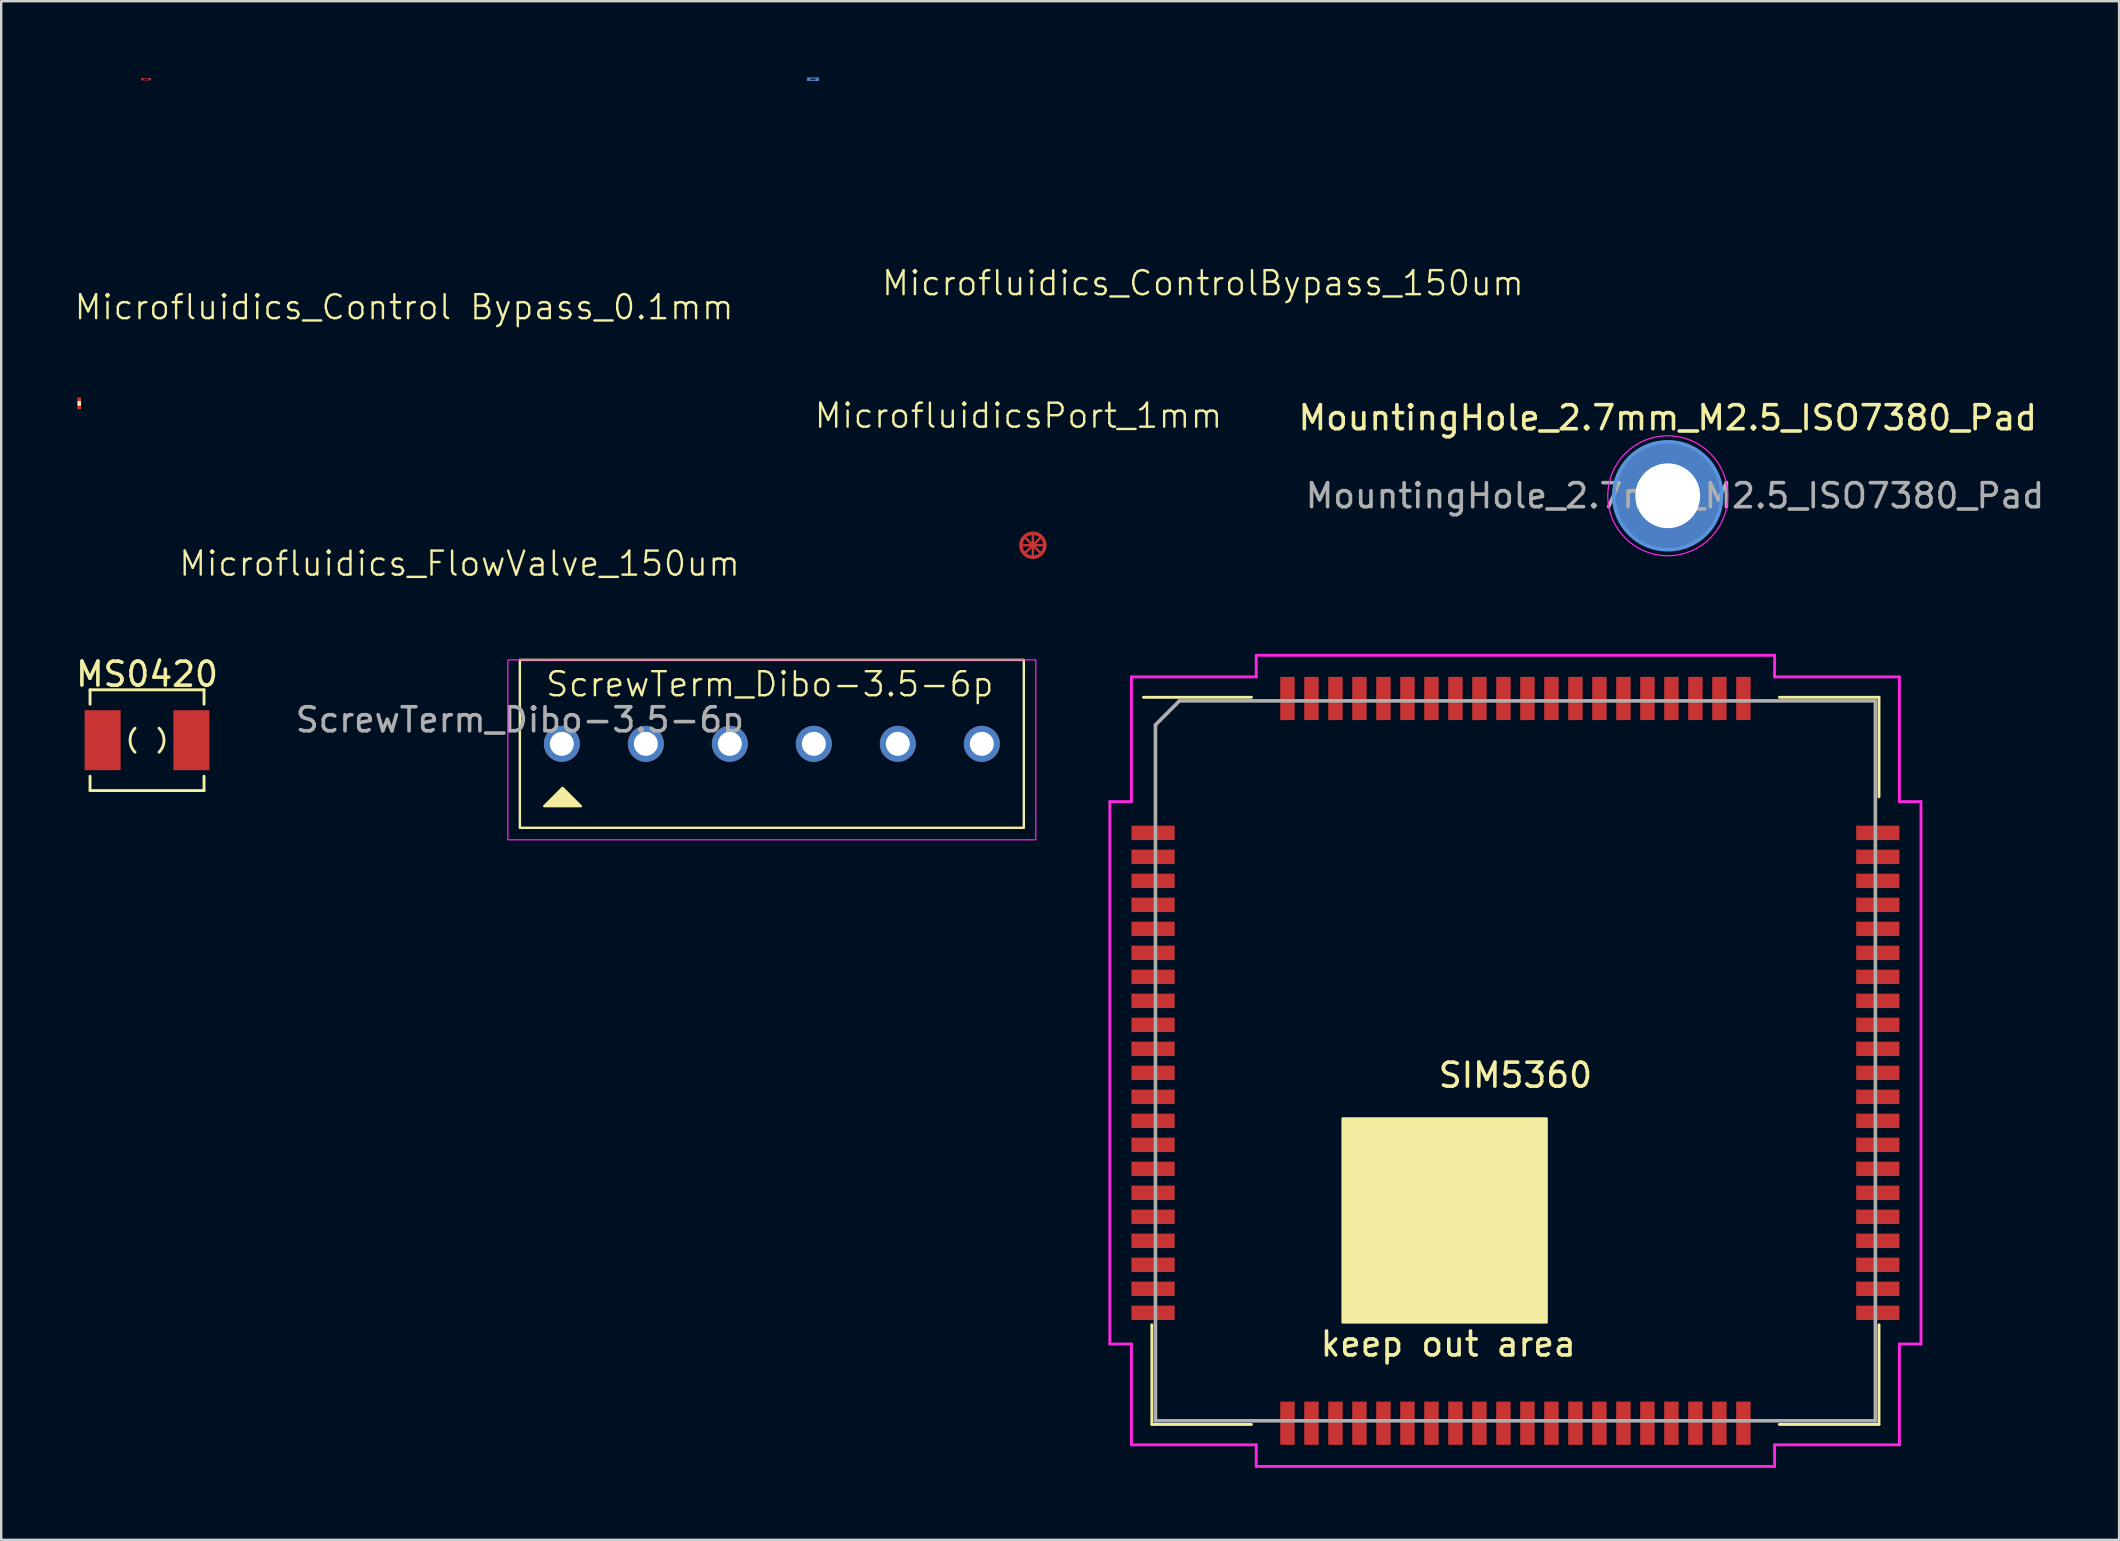
<source format=kicad_pcb>
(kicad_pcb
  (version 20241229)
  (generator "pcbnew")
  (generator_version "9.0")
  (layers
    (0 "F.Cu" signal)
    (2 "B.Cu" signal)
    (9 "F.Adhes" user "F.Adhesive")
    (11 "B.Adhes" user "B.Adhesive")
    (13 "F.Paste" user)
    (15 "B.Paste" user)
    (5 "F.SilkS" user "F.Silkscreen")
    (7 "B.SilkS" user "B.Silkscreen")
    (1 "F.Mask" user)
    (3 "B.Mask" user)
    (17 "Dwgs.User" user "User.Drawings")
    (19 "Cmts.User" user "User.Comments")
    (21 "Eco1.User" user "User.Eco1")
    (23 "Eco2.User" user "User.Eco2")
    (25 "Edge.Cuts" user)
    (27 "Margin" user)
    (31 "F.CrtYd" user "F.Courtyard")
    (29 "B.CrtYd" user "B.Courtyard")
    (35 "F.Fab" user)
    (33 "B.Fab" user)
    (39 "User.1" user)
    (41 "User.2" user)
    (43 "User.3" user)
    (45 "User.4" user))
  (footprint "MicrofluidicsPort_1mm"
    (layer "F.Cu")
    (at 39.99 19.671)
    (property "Reference" "MicrofluidicsPort_1mm" (at -0.6 -5.4 0) (unlocked yes) (layer "F.SilkS") (effects (font (size 1 1) (thickness 0.1))))
    (attr smd)
    (pad "1" smd custom (at 0 0) (size 0.1 0.1) (layers "F.Cu") (options (anchor circle)) (primitives (gr_line (start -0.3 -0.3) (end 0.3 0.3) (width 0.1)) (gr_line (start -0.3 0.3) (end 0.3 -0.3) (width 0.1)) (gr_line (start 0 -0.5) (end 0 0.5) (width 0.1)) (gr_line (start -0.5 0) (end 0.5 0) (width 0.1)) (gr_circle (center 0 0) (end 0.5 0) (width 0.15) (fill no)))))
  (footprint "Microfluidics_Control Bypass_0.1mm"
    (layer "F.Cu")
    (at 3.038 0.25)
    (property "Reference" "Microfluidics_Control Bypass_0.1mm" (at 10.75 9.5 0) (unlocked yes) (layer "F.SilkS") (effects (font (size 1 1) (thickness 0.1))))
    (attr smd)
    (fp_line (start -0.1 -0.037) (end 0.1 -0.037) (stroke (width 0.025) (type default)) (layer "F.Cu"))
    (fp_line (start -0.1 0.037) (end 0.1 0.037) (stroke (width 0.025) (type default)) (layer "F.Cu"))
    (pad "1" smd rect (at -0.15 0) (size 0.1 0.1) (layers "F.Cu" "F.Mask" "F.Paste"))
    (pad "2" smd rect (at 0.15 0) (size 0.1 0.1) (layers "F.Cu" "F.Mask" "F.Paste")))
  (footprint "SIM5360"
    (layer "F.Cu")
    (at 60.098 41.156)
    (property "Reference" "SIM5360" (at 0 0.6 0) (layer "F.SilkS") (effects (font (size 1 1) (thickness 0.15))))
    (attr smd)
    (fp_line (start -15.15 15.15) (end -15.15 11) (stroke (width 0.12) (type solid)) (layer "F.SilkS"))
    (fp_line (start -11 -15.15) (end -15.5 -15.15) (stroke (width 0.12) (type solid)) (layer "F.SilkS"))
    (fp_line (start -11 15.15) (end -15.15 15.15) (stroke (width 0.12) (type solid)) (layer "F.SilkS"))
    (fp_line (start 11 -15.15) (end 15.15 -15.15) (stroke (width 0.12) (type solid)) (layer "F.SilkS"))
    (fp_line (start 11 15.15) (end 15.15 15.15) (stroke (width 0.12) (type solid)) (layer "F.SilkS"))
    (fp_line (start 15.15 -15.15) (end 15.15 -11) (stroke (width 0.12) (type solid)) (layer "F.SilkS"))
    (fp_line (start 15.15 15.15) (end 15.15 11) (stroke (width 0.12) (type solid)) (layer "F.SilkS"))
    (fp_poly (pts (xy 1.3 10.9) (xy -7.2 10.9) (xy -7.2 2.4) (xy 1.3 2.4)) (stroke (width 0.1) (type solid)) (fill yes) (layer "F.SilkS"))
    (fp_line (start -16.9 -10.8) (end -16.9 11.8) (stroke (width 0.12) (type solid)) (layer "F.CrtYd"))
    (fp_line (start -16.9 11.8) (end -16 11.8) (stroke (width 0.12) (type solid)) (layer "F.CrtYd"))
    (fp_line (start -16 -16) (end -16 -10.8) (stroke (width 0.12) (type solid)) (layer "F.CrtYd"))
    (fp_line (start -16 -10.8) (end -16.9 -10.8) (stroke (width 0.12) (type solid)) (layer "F.CrtYd"))
    (fp_line (start -16 11.8) (end -16 16) (stroke (width 0.12) (type solid)) (layer "F.CrtYd"))
    (fp_line (start -16 16) (end -10.8 16) (stroke (width 0.12) (type solid)) (layer "F.CrtYd"))
    (fp_line (start -10.8 -16.9) (end -10.8 -16) (stroke (width 0.12) (type solid)) (layer "F.CrtYd"))
    (fp_line (start -10.8 -16) (end -16 -16) (stroke (width 0.12) (type solid)) (layer "F.CrtYd"))
    (fp_line (start -10.8 16) (end -10.8 16.9) (stroke (width 0.12) (type solid)) (layer "F.CrtYd"))
    (fp_line (start -10.8 16.9) (end 10.8 16.9) (stroke (width 0.12) (type solid)) (layer "F.CrtYd"))
    (fp_line (start 10.8 -16.9) (end -10.8 -16.9) (stroke (width 0.12) (type solid)) (layer "F.CrtYd"))
    (fp_line (start 10.8 -16) (end 10.8 -16.9) (stroke (width 0.12) (type solid)) (layer "F.CrtYd"))
    (fp_line (start 10.8 16) (end 16 16) (stroke (width 0.12) (type solid)) (layer "F.CrtYd"))
    (fp_line (start 10.8 16.9) (end 10.8 16) (stroke (width 0.12) (type solid)) (layer "F.CrtYd"))
    (fp_line (start 16 -16) (end 10.8 -16) (stroke (width 0.12) (type solid)) (layer "F.CrtYd"))
    (fp_line (start 16 -10.8) (end 16 -16) (stroke (width 0.12) (type solid)) (layer "F.CrtYd"))
    (fp_line (start 16 11.8) (end 16.9 11.8) (stroke (width 0.12) (type solid)) (layer "F.CrtYd"))
    (fp_line (start 16 16) (end 16 11.8) (stroke (width 0.12) (type solid)) (layer "F.CrtYd"))
    (fp_line (start 16.9 -10.8) (end 16 -10.8) (stroke (width 0.12) (type solid)) (layer "F.CrtYd"))
    (fp_line (start 16.9 11.8) (end 16.9 -10.8) (stroke (width 0.12) (type solid)) (layer "F.CrtYd"))
    (fp_line (start -15 -14) (end -15 15) (stroke (width 0.15) (type solid)) (layer "F.Fab"))
    (fp_line (start -15 15) (end 15 15) (stroke (width 0.15) (type solid)) (layer "F.Fab"))
    (fp_line (start -14 -15) (end -15 -14) (stroke (width 0.15) (type solid)) (layer "F.Fab"))
    (fp_line (start 15 -15) (end -14 -15) (stroke (width 0.15) (type solid)) (layer "F.Fab"))
    (fp_line (start 15 15) (end 15 -15) (stroke (width 0.15) (type solid)) (layer "F.Fab"))
    (fp_text user "keep out area" (at -2.8 11.8 0) (layer "F.SilkS") (effects (font (size 1 1) (thickness 0.15))))
    (pad "1" smd rect (at -15.1 -9.5 90) (size 0.6 1.8) (layers "F.Cu" "F.Mask" "F.Paste"))
    (pad "2" smd rect (at -15.1 -8.5 90) (size 0.6 1.8) (layers "F.Cu" "F.Mask" "F.Paste"))
    (pad "3" smd rect (at -15.1 -7.5 90) (size 0.6 1.8) (layers "F.Cu" "F.Mask" "F.Paste"))
    (pad "4" smd rect (at -15.1 -6.5 90) (size 0.6 1.8) (layers "F.Cu" "F.Mask" "F.Paste"))
    (pad "5" smd rect (at -15.1 -5.5 90) (size 0.6 1.8) (layers "F.Cu" "F.Mask" "F.Paste"))
    (pad "6" smd rect (at -15.1 -4.5 90) (size 0.6 1.8) (layers "F.Cu" "F.Mask" "F.Paste"))
    (pad "7" smd rect (at -15.1 -3.5 90) (size 0.6 1.8) (layers "F.Cu" "F.Mask" "F.Paste"))
    (pad "8" smd rect (at -15.1 -2.5 90) (size 0.6 1.8) (layers "F.Cu" "F.Mask" "F.Paste"))
    (pad "9" smd rect (at -15.1 -1.5 90) (size 0.6 1.8) (layers "F.Cu" "F.Mask" "F.Paste"))
    (pad "10" smd rect (at -15.1 -0.5 90) (size 0.6 1.8) (layers "F.Cu" "F.Mask" "F.Paste"))
    (pad "11" smd rect (at -15.1 0.5 90) (size 0.6 1.8) (layers "F.Cu" "F.Mask" "F.Paste"))
    (pad "12" smd rect (at -15.1 1.5 90) (size 0.6 1.8) (layers "F.Cu" "F.Mask" "F.Paste"))
    (pad "13" smd rect (at -15.1 2.5 90) (size 0.6 1.8) (layers "F.Cu" "F.Mask" "F.Paste"))
    (pad "14" smd rect (at -15.1 3.5 90) (size 0.6 1.8) (layers "F.Cu" "F.Mask" "F.Paste"))
    (pad "15" smd rect (at -15.1 4.5 90) (size 0.6 1.8) (layers "F.Cu" "F.Mask" "F.Paste"))
    (pad "16" smd rect (at -15.1 5.5 90) (size 0.6 1.8) (layers "F.Cu" "F.Mask" "F.Paste"))
    (pad "17" smd rect (at -15.1 6.5 90) (size 0.6 1.8) (layers "F.Cu" "F.Mask" "F.Paste"))
    (pad "18" smd rect (at -15.1 7.5 90) (size 0.6 1.8) (layers "F.Cu" "F.Mask" "F.Paste"))
    (pad "19" smd rect (at -15.1 8.5 90) (size 0.6 1.8) (layers "F.Cu" "F.Mask" "F.Paste"))
    (pad "20" smd rect (at -15.1 9.5 90) (size 0.6 1.8) (layers "F.Cu" "F.Mask" "F.Paste"))
    (pad "21" smd rect (at -9.5 15.1 180) (size 0.6 1.8) (layers "F.Cu" "F.Mask" "F.Paste"))
    (pad "22" smd rect (at -8.5 15.1 180) (size 0.6 1.8) (layers "F.Cu" "F.Mask" "F.Paste"))
    (pad "23" smd rect (at -7.5 15.1 180) (size 0.6 1.8) (layers "F.Cu" "F.Mask" "F.Paste"))
    (pad "24" smd rect (at -6.5 15.1 180) (size 0.6 1.8) (layers "F.Cu" "F.Mask" "F.Paste"))
    (pad "25" smd rect (at -5.5 15.1 180) (size 0.6 1.8) (layers "F.Cu" "F.Mask" "F.Paste"))
    (pad "26" smd rect (at -4.5 15.1 180) (size 0.6 1.8) (layers "F.Cu" "F.Mask" "F.Paste"))
    (pad "27" smd rect (at -3.5 15.1 180) (size 0.6 1.8) (layers "F.Cu" "F.Mask" "F.Paste"))
    (pad "28" smd rect (at -2.5 15.1 180) (size 0.6 1.8) (layers "F.Cu" "F.Mask" "F.Paste"))
    (pad "29" smd rect (at -1.5 15.1 180) (size 0.6 1.8) (layers "F.Cu" "F.Mask" "F.Paste"))
    (pad "30" smd rect (at -0.5 15.1 180) (size 0.6 1.8) (layers "F.Cu" "F.Mask" "F.Paste"))
    (pad "31" smd rect (at 0.5 15.1 180) (size 0.6 1.8) (layers "F.Cu" "F.Mask" "F.Paste"))
    (pad "32" smd rect (at 1.5 15.1 180) (size 0.6 1.8) (layers "F.Cu" "F.Mask" "F.Paste"))
    (pad "33" smd rect (at 2.5 15.1 180) (size 0.6 1.8) (layers "F.Cu" "F.Mask" "F.Paste"))
    (pad "34" smd rect (at 3.5 15.1 180) (size 0.6 1.8) (layers "F.Cu" "F.Mask" "F.Paste"))
    (pad "35" smd rect (at 4.5 15.1 180) (size 0.6 1.8) (layers "F.Cu" "F.Mask" "F.Paste"))
    (pad "36" smd rect (at 5.5 15.1 180) (size 0.6 1.8) (layers "F.Cu" "F.Mask" "F.Paste"))
    (pad "37" smd rect (at 6.5 15.1 180) (size 0.6 1.8) (layers "F.Cu" "F.Mask" "F.Paste"))
    (pad "38" smd rect (at 7.5 15.1 180) (size 0.6 1.8) (layers "F.Cu" "F.Mask" "F.Paste"))
    (pad "39" smd rect (at 8.5 15.1 180) (size 0.6 1.8) (layers "F.Cu" "F.Mask" "F.Paste"))
    (pad "40" smd rect (at 9.5 15.1 180) (size 0.6 1.8) (layers "F.Cu" "F.Mask" "F.Paste"))
    (pad "41" smd rect (at 15.1 9.5 90) (size 0.6 1.8) (layers "F.Cu" "F.Mask" "F.Paste"))
    (pad "42" smd rect (at 15.1 8.5 90) (size 0.6 1.8) (layers "F.Cu" "F.Mask" "F.Paste"))
    (pad "43" smd rect (at 15.1 7.5 90) (size 0.6 1.8) (layers "F.Cu" "F.Mask" "F.Paste"))
    (pad "44" smd rect (at 15.1 6.5 90) (size 0.6 1.8) (layers "F.Cu" "F.Mask" "F.Paste"))
    (pad "45" smd rect (at 15.1 5.5 90) (size 0.6 1.8) (layers "F.Cu" "F.Mask" "F.Paste"))
    (pad "46" smd rect (at 15.1 4.5 90) (size 0.6 1.8) (layers "F.Cu" "F.Mask" "F.Paste"))
    (pad "47" smd rect (at 15.1 3.5 90) (size 0.6 1.8) (layers "F.Cu" "F.Mask" "F.Paste"))
    (pad "48" smd rect (at 15.1 2.5 90) (size 0.6 1.8) (layers "F.Cu" "F.Mask" "F.Paste"))
    (pad "49" smd rect (at 15.1 1.5 90) (size 0.6 1.8) (layers "F.Cu" "F.Mask" "F.Paste"))
    (pad "50" smd rect (at 15.1 0.5 90) (size 0.6 1.8) (layers "F.Cu" "F.Mask" "F.Paste"))
    (pad "51" smd rect (at 15.1 -0.5 90) (size 0.6 1.8) (layers "F.Cu" "F.Mask" "F.Paste"))
    (pad "52" smd rect (at 15.1 -1.5 90) (size 0.6 1.8) (layers "F.Cu" "F.Mask" "F.Paste"))
    (pad "53" smd rect (at 15.1 -2.5 90) (size 0.6 1.8) (layers "F.Cu" "F.Mask" "F.Paste"))
    (pad "54" smd rect (at 15.1 -3.5 90) (size 0.6 1.8) (layers "F.Cu" "F.Mask" "F.Paste"))
    (pad "55" smd rect (at 15.1 -4.5 90) (size 0.6 1.8) (layers "F.Cu" "F.Mask" "F.Paste"))
    (pad "56" smd rect (at 15.1 -5.5 90) (size 0.6 1.8) (layers "F.Cu" "F.Mask" "F.Paste"))
    (pad "57" smd rect (at 15.1 -6.5 90) (size 0.6 1.8) (layers "F.Cu" "F.Mask" "F.Paste"))
    (pad "58" smd rect (at 15.1 -7.5 90) (size 0.6 1.8) (layers "F.Cu" "F.Mask" "F.Paste"))
    (pad "59" smd rect (at 15.1 -8.5 90) (size 0.6 1.8) (layers "F.Cu" "F.Mask" "F.Paste"))
    (pad "60" smd rect (at 15.1 -9.5 90) (size 0.6 1.8) (layers "F.Cu" "F.Mask" "F.Paste"))
    (pad "61" smd rect (at 9.5 -15.1 180) (size 0.6 1.8) (layers "F.Cu" "F.Mask" "F.Paste"))
    (pad "62" smd rect (at 8.5 -15.1 180) (size 0.6 1.8) (layers "F.Cu" "F.Mask" "F.Paste"))
    (pad "63" smd rect (at 7.5 -15.1 180) (size 0.6 1.8) (layers "F.Cu" "F.Mask" "F.Paste"))
    (pad "64" smd rect (at 6.5 -15.1 180) (size 0.6 1.8) (layers "F.Cu" "F.Mask" "F.Paste"))
    (pad "65" smd rect (at 5.5 -15.1 180) (size 0.6 1.8) (layers "F.Cu" "F.Mask" "F.Paste"))
    (pad "66" smd rect (at 4.5 -15.1 180) (size 0.6 1.8) (layers "F.Cu" "F.Mask" "F.Paste"))
    (pad "67" smd rect (at 3.5 -15.1 180) (size 0.6 1.8) (layers "F.Cu" "F.Mask" "F.Paste"))
    (pad "68" smd rect (at 2.5 -15.1 180) (size 0.6 1.8) (layers "F.Cu" "F.Mask" "F.Paste"))
    (pad "69" smd rect (at 1.5 -15.1 180) (size 0.6 1.8) (layers "F.Cu" "F.Mask" "F.Paste"))
    (pad "70" smd rect (at 0.5 -15.1 180) (size 0.6 1.8) (layers "F.Cu" "F.Mask" "F.Paste"))
    (pad "71" smd rect (at -0.5 -15.1 180) (size 0.6 1.8) (layers "F.Cu" "F.Mask" "F.Paste"))
    (pad "72" smd rect (at -1.5 -15.1 180) (size 0.6 1.8) (layers "F.Cu" "F.Mask" "F.Paste"))
    (pad "73" smd rect (at -2.5 -15.1 180) (size 0.6 1.8) (layers "F.Cu" "F.Mask" "F.Paste"))
    (pad "74" smd rect (at -3.5 -15.1 180) (size 0.6 1.8) (layers "F.Cu" "F.Mask" "F.Paste"))
    (pad "75" smd rect (at -4.5 -15.1 180) (size 0.6 1.8) (layers "F.Cu" "F.Mask" "F.Paste"))
    (pad "76" smd rect (at -5.5 -15.1 180) (size 0.6 1.8) (layers "F.Cu" "F.Mask" "F.Paste"))
    (pad "77" smd rect (at -6.5 -15.1 180) (size 0.6 1.8) (layers "F.Cu" "F.Mask" "F.Paste"))
    (pad "78" smd rect (at -7.5 -15.1 180) (size 0.6 1.8) (layers "F.Cu" "F.Mask" "F.Paste"))
    (pad "79" smd rect (at -8.5 -15.1 180) (size 0.6 1.8) (layers "F.Cu" "F.Mask" "F.Paste"))
    (pad "80" smd rect (at -9.5 -15.1 180) (size 0.6 1.8) (layers "F.Cu" "F.Mask" "F.Paste"))
    (pad "81" smd rect (at -15.1 10.5 90) (size 0.6 1.8) (layers "F.Cu" "F.Mask" "F.Paste"))
    (pad "82" smd rect (at 15.1 10.5 90) (size 0.6 1.8) (layers "F.Cu" "F.Mask" "F.Paste")))
  (footprint "MS0420"
    (layer "F.Cu")
    (at 3.077 27.794)
    (property "Reference" "MS0420" (at 0 -2.75 0) (layer "F.SilkS") (effects (font (size 1 1) (thickness 0.15))))
    (attr through_hole)
    (fp_line (start -2.375 -2.1) (end -2.375 -1.5) (stroke (width 0.12) (type solid)) (layer "F.SilkS"))
    (fp_line (start -2.375 -2.1) (end 2.375 -2.1) (stroke (width 0.12) (type solid)) (layer "F.SilkS"))
    (fp_line (start -2.375 2.1) (end -2.375 1.5) (stroke (width 0.12) (type solid)) (layer "F.SilkS"))
    (fp_line (start -2.375 2.1) (end 2.375 2.1) (stroke (width 0.12) (type solid)) (layer "F.SilkS"))
    (fp_line (start 2.375 -2.1) (end 2.375 -1.5) (stroke (width 0.12) (type solid)) (layer "F.SilkS"))
    (fp_line (start 2.375 2.1) (end 2.375 1.5) (stroke (width 0.12) (type solid)) (layer "F.SilkS"))
    (fp_arc (start -0.499999 0.499999) (mid -0.707105 0) (end -0.499999 -0.499999) (stroke (width 0.12) (type solid)) (layer "F.SilkS"))
    (fp_arc (start 0.499999 -0.499999) (mid 0.707105 0) (end 0.499999 0.499999) (stroke (width 0.12) (type solid)) (layer "F.SilkS"))
    (pad "1" smd rect (at -1.85 0) (size 1.5 2.5) (layers "F.Cu" "F.Mask" "F.Paste"))
    (pad "2" smd rect (at 1.85 0) (size 1.5 2.5) (layers "F.Cu" "F.Mask" "F.Paste")))
  (footprint "MountingHole_2.7mm_M2.5_ISO7380_Pad"
    (layer "F.Cu")
    (at 66.446 17.609)
    (property "Reference" "MountingHole_2.7mm_M2.5_ISO7380_Pad" (at 0 -3.25 180) (layer "F.SilkS") (effects (font (size 1 1) (thickness 0.15))))
    (attr exclude_from_pos_files exclude_from_bom)
    (fp_circle (center 0 0) (end 2.25 0) (stroke (width 0.15) (type solid)) (fill no) (layer "Cmts.User"))
    (fp_circle (center 0 0) (end 2.5 0) (stroke (width 0.05) (type solid)) (fill no) (layer "F.CrtYd"))
    (fp_text user "${REFERENCE}" (at 0.3 0 180) (layer "F.Fab") (effects (font (size 1 1) (thickness 0.15))))
    (pad "1" thru_hole circle (at 0 0) (size 4.5 4.5) (drill 2.7) (layers "*.Cu" "*.Mask")))
  (footprint "ScrewTerm_Dibo-3.5-6p"
    (layer "F.Cu")
    (at 18.613 24.446)
    (property "Reference" "ScrewTerm_Dibo-3.5-6p" (at 10.414 1.016 0) (unlocked yes) (layer "F.SilkS") (effects (font (size 1 1) (thickness 0.1))))
    (attr through_hole)
    (fp_rect (start 0 0) (end 21 7) (stroke (width 0.1) (type default)) (fill no) (layer "F.SilkS"))
    (fp_poly (pts (xy 1.016 6.096) (xy 1.778 5.334) (xy 2.54 6.096)) (stroke (width 0.1) (type solid)) (fill yes) (layer "F.SilkS"))
    (fp_rect (start -0.5 0) (end 21.5 7.5) (stroke (width 0.05) (type default)) (fill no) (layer "F.CrtYd"))
    (fp_text user "${REFERENCE}" (at 0 2.5 0) (unlocked yes) (layer "F.Fab") (effects (font (size 1 1) (thickness 0.15))))
    (pad "1" thru_hole circle (at 1.75 3.5) (size 1.5 1.5) (drill 1) (layers "*.Cu" "*.Mask"))
    (pad "2" thru_hole circle (at 5.25 3.5) (size 1.5 1.5) (drill 1) (layers "*.Cu" "*.Mask"))
    (pad "3" thru_hole circle (at 8.75 3.5) (size 1.5 1.5) (drill 1) (layers "*.Cu" "*.Mask"))
    (pad "4" thru_hole circle (at 12.25 3.5) (size 1.5 1.5) (drill 1) (layers "*.Cu" "*.Mask"))
    (pad "5" thru_hole circle (at 15.75 3.5) (size 1.5 1.5) (drill 1) (layers "*.Cu" "*.Mask"))
    (pad "6" thru_hole circle (at 19.25 3.5) (size 1.5 1.5) (drill 1) (layers "*.Cu" "*.Mask")))
  (footprint "Microfluidics_ControlBypass_150um"
    (layer "F.Cu")
    (at 30.826 0.25)
    (property "Reference" "Microfluidics_ControlBypass_150um" (at 16.25 8.5 0) (unlocked yes) (layer "F.SilkS") (effects (font (size 1 1) (thickness 0.1))))
    (attr smd)
    (pad "" smd rect (at 0 -0.05) (size 0.2 0.05) (layers "B.Cu"))
    (pad "" smd rect (at 0 0.05) (size 0.2 0.05) (layers "B.Cu"))
    (pad "1" smd rect (at -0.175 0) (size 0.15 0.15) (layers "B.Cu"))
    (pad "2" smd rect (at 0.175 0) (size 0.15 0.15) (layers "B.Cu")))
  (footprint "Microfluidics_FlowValve_150um"
    (layer "F.Cu")
    (at 0.25 13.761)
    (property "Reference" "Microfluidics_FlowValve_150um" (at 15.85 6.675 0) (unlocked yes) (layer "F.SilkS") (effects (font (size 1 1) (thickness 0.1))))
    (attr through_hole)
    (pad "" smd rect (at 0 0) (size 0.15 0.2) (layers "F.SilkS"))
    (pad "1" smd rect (at 0 -0.175) (size 0.15 0.15) (layers "F.Cu" "F.Mask" "F.Paste"))
    (pad "2" smd rect (at 0 0.175) (size 0.15 0.15) (layers "F.Cu" "F.Mask" "F.Paste")))
  (gr_rect
    (start -3 -3)
    (end 85.252 61.116)
    (stroke (width 0.1) (type default))
    (fill no)
    (layer "Edge.Cuts")))
</source>
